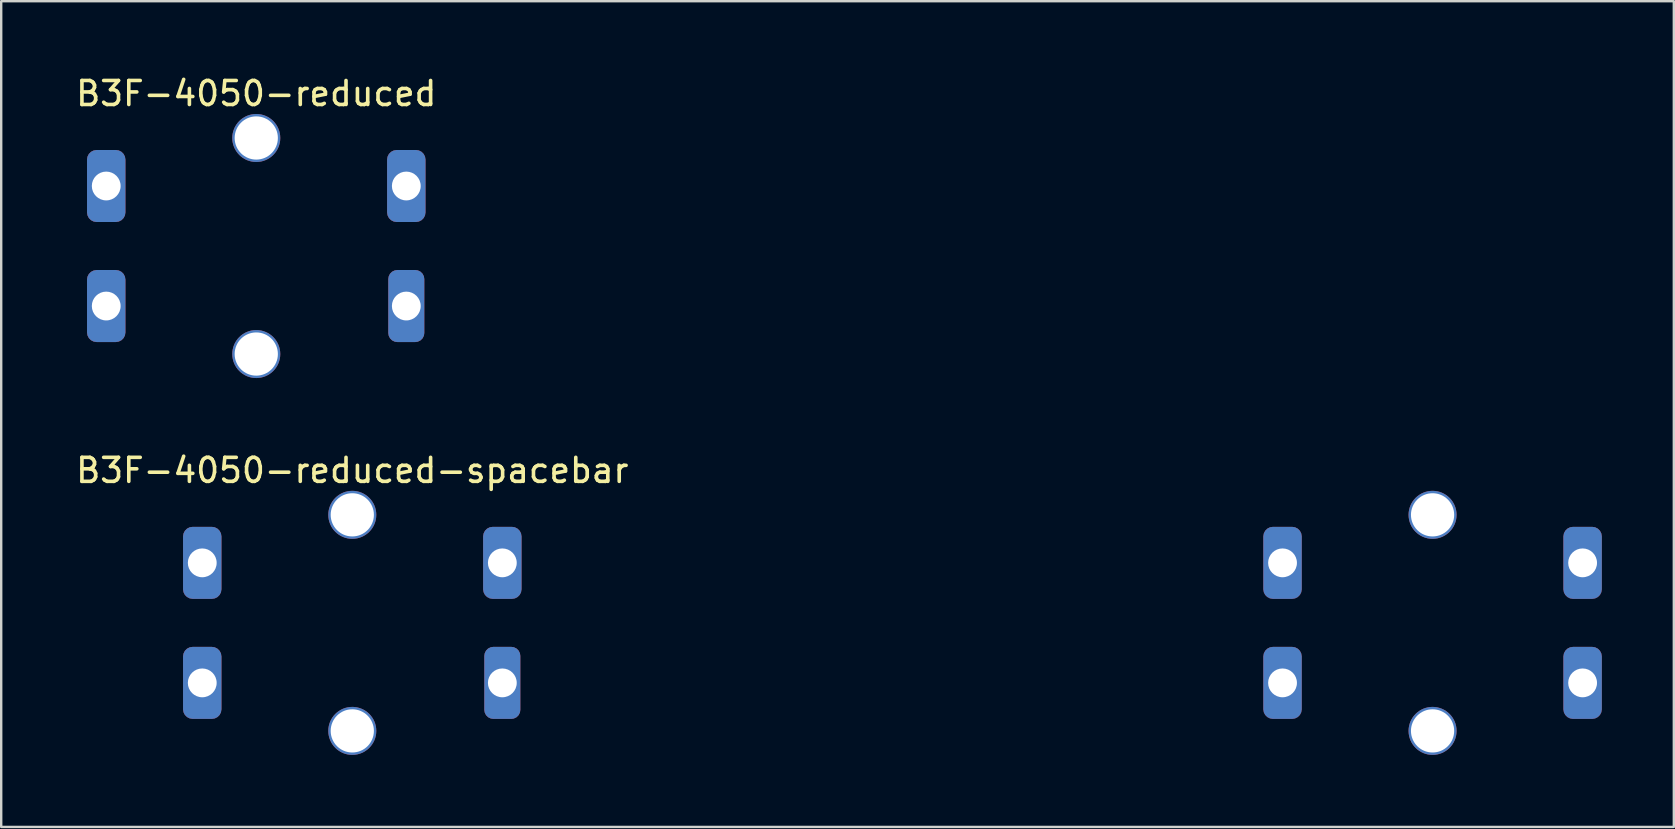
<source format=kicad_pcb>
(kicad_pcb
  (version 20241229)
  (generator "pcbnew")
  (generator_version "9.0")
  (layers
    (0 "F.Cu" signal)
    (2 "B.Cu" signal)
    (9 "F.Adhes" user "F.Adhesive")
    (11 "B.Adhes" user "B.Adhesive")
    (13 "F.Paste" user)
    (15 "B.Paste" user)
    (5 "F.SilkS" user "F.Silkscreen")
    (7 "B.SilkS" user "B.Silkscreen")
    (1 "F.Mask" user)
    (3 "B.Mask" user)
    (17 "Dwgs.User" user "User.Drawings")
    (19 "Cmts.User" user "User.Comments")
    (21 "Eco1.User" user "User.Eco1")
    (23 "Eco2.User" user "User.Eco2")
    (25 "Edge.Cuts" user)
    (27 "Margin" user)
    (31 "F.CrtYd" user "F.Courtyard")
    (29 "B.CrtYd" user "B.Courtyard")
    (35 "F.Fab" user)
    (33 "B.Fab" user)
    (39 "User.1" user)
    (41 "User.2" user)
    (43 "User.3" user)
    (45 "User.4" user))
  (footprint "B3F-4050-reduced"
    (layer "F.Cu")
    (at 7.625 7.198)
    (property "Reference" "B3F-4050-reduced" (at 0 -6.35 0) (layer "F.SilkS") (effects (font (size 1 1) (thickness 0.15))))
    (attr through_hole)
    (pad "" thru_hole roundrect (at -6.25 2.5) (size 1.6 3) (drill 1.2) (layers "*.Cu" "*.Mask") (roundrect_rratio 0.25))
    (pad "" thru_hole circle (at 0 -4.5) (size 2 2) (drill 1.8) (layers "*.Cu" "*.Mask"))
    (pad "" thru_hole circle (at 0 4.5) (size 2 2) (drill 1.8) (layers "*.Cu" "*.Mask"))
    (pad "" thru_hole roundrect (at 6.25 -2.5) (size 1.6 3) (drill 1.2) (layers "*.Cu" "*.Mask") (roundrect_rratio 0.25))
    (pad "1" thru_hole roundrect (at 6.25 2.5) (size 1.5 3) (drill 1.2) (layers "*.Cu" "*.Mask") (roundrect_rratio 0.25))
    (pad "2" thru_hole roundrect (at -6.25 -2.5) (size 1.6 3) (drill 1.2) (layers "*.Cu" "*.Mask") (roundrect_rratio 0.25)))
  (footprint "B3F-4050-reduced-spacebar"
    (layer "F.Cu")
    (at 11.625 22.896)
    (property "Reference" "B3F-4050-reduced-spacebar" (at 0 -6.35 0) (layer "F.SilkS") (effects (font (size 1 1) (thickness 0.15))))
    (attr through_hole)
    (pad "" thru_hole roundrect (at -6.25 2.5) (size 1.6 3) (drill 1.2) (layers "*.Cu" "*.Mask") (roundrect_rratio 0.25))
    (pad "" thru_hole circle (at 0 -4.5) (size 2 2) (drill 1.8) (layers "*.Cu" "*.Mask"))
    (pad "" thru_hole circle (at 0 4.5) (size 2 2) (drill 1.8) (layers "*.Cu" "*.Mask"))
    (pad "" thru_hole roundrect (at 6.25 -2.5) (size 1.6 3) (drill 1.2) (layers "*.Cu" "*.Mask") (roundrect_rratio 0.25))
    (pad "" thru_hole roundrect (at 6.25 2.5) (size 1.5 3) (drill 1.2) (layers "*.Cu" "*.Mask") (roundrect_rratio 0.25))
    (pad "" thru_hole roundrect (at 38.75 -2.5) (size 1.6 3) (drill 1.2) (layers "*.Cu" "*.Mask") (roundrect_rratio 0.25))
    (pad "" thru_hole roundrect (at 38.75 2.5) (size 1.6 3) (drill 1.2) (layers "*.Cu" "*.Mask") (roundrect_rratio 0.25))
    (pad "" thru_hole circle (at 45 -4.5) (size 2 2) (drill 1.8) (layers "*.Cu" "*.Mask"))
    (pad "" thru_hole circle (at 45 4.5) (size 2 2) (drill 1.8) (layers "*.Cu" "*.Mask"))
    (pad "" thru_hole roundrect (at 51.25 -2.5) (size 1.6 3) (drill 1.2) (layers "*.Cu" "*.Mask") (roundrect_rratio 0.25))
    (pad "1" thru_hole roundrect (at -6.25 -2.5) (size 1.6 3) (drill 1.2) (layers "*.Cu" "*.Mask") (roundrect_rratio 0.25))
    (pad "2" thru_hole roundrect (at 51.25 2.5) (size 1.6 3) (drill 1.2) (layers "*.Cu" "*.Mask") (roundrect_rratio 0.25)))
  (gr_rect
    (start -3 -3)
    (end 66.675 31.396)
    (stroke (width 0.1) (type default))
    (fill no)
    (layer "Edge.Cuts")))
</source>
